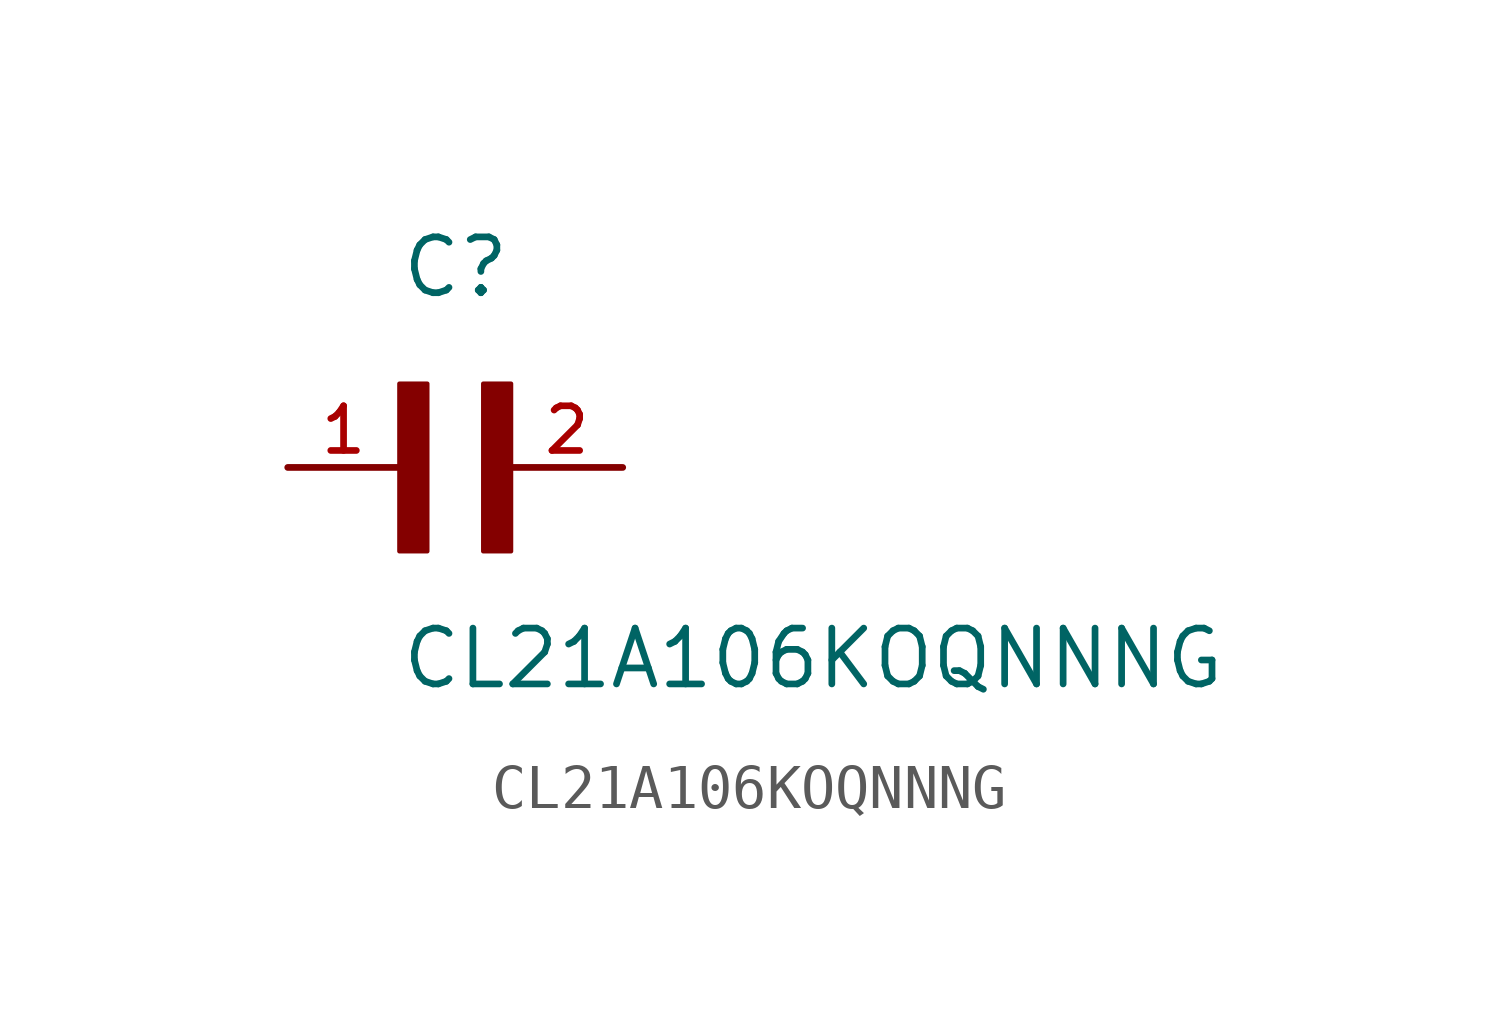
<source format=kicad_sym>
(kicad_symbol_lib
  (version 20211014)
  (generator kicad_symbol_editor)
  (symbol "CL21A106KOQNNNG"
    (pin_names
      (offset 1.016))
    (property "Reference" "C"
      (at 0.0 3.811 0)
      (effects (font (size 1.27 1.27)) (justify bottom left)))
    (property "Value" "CL21A106KOQNNNG"
      (at 0.0 -5.088 0)
      (effects (font (size 1.27 1.27)) (justify bottom left)))
    (symbol "CL21A106KOQNNNG_0_0"
      (rectangle (start 0.0 -1.907) (end 0.635 1.905) (stroke (width 0.1)) (fill (type outline)))
      (rectangle (start 1.907 -1.907) (end 2.54 1.905) (stroke (width 0.1)) (fill (type outline)))
      (pin passive line (at 5.08 0.0 180.0) (length 2.54) (name "~" (effects (font (size 1.016 1.016)))) (number "2" (effects (font (size 1.016 1.016)))))
      (pin passive line (at -2.54 0.0 0) (length 2.54) (name "~" (effects (font (size 1.016 1.016)))) (number "1" (effects (font (size 1.016 1.016))))))))
</source>
